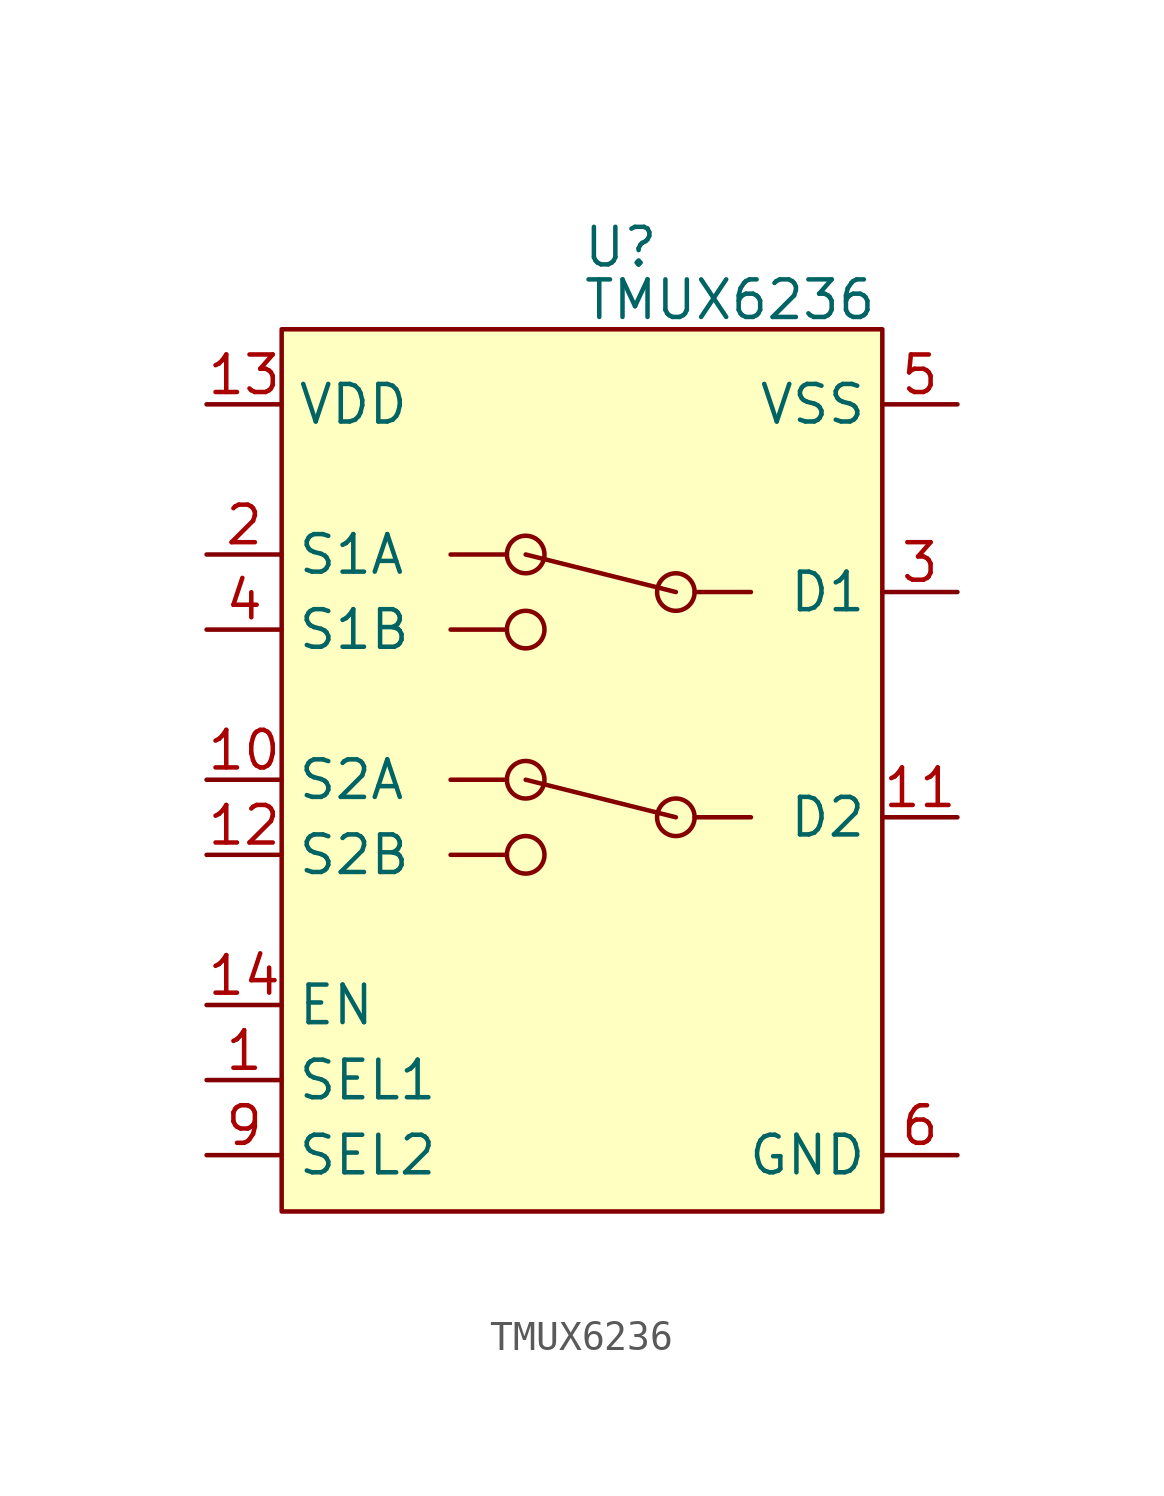
<source format=kicad_sym>
(kicad_symbol_lib
  (version 20231120)
  (generator "kicad_symbol_editor")
  (generator_version "8.0")
  (symbol "TMUX6236"
    (property "Reference" "U"
      (at 0 2.032 0)
      (effects (font (size 1.27 1.27)) (justify left bottom)))
    (property "Value" "TMUX6236"
      (at 0 0.254 0)
      (effects (font (size 1.27 1.27)) (justify left bottom)))
    (symbol "TMUX6236_1_1"
      (rectangle (start -10.16 0) (end 10.16 -29.845) (stroke (width 0) (type default)) (fill (type background)))
      (circle (center -1.905 -17.78) (radius 0.635) (stroke (width 0) (type default)) (fill (type none)))
      (circle (center -1.905 -15.24) (radius 0.635) (stroke (width 0) (type default)) (fill (type none)))
      (circle (center -1.905 -10.16) (radius 0.635) (stroke (width 0) (type default)) (fill (type none)))
      (circle (center -1.905 -7.62) (radius 0.635) (stroke (width 0) (type default)) (fill (type none)))
      (polyline (pts (xy -4.445 -17.78) (xy -2.54 -17.78)) (stroke (width 0) (type default)) (fill (type none)))
      (polyline (pts (xy -4.445 -15.24) (xy -2.54 -15.24)) (stroke (width 0) (type default)) (fill (type none)))
      (polyline (pts (xy -4.445 -10.16) (xy -2.54 -10.16)) (stroke (width 0) (type default)) (fill (type none)))
      (polyline (pts (xy -4.445 -7.62) (xy -2.54 -7.62)) (stroke (width 0) (type default)) (fill (type none)))
      (polyline (pts (xy 3.175 -16.51) (xy -1.905 -15.24)) (stroke (width 0) (type default)) (fill (type none)))
      (polyline (pts (xy 3.175 -8.89) (xy -1.905 -7.62)) (stroke (width 0) (type default)) (fill (type none)))
      (polyline (pts (xy 5.715 -16.51) (xy 3.81 -16.51)) (stroke (width 0) (type default)) (fill (type none)))
      (polyline (pts (xy 5.715 -8.89) (xy 3.81 -8.89)) (stroke (width 0) (type default)) (fill (type none)))
      (circle (center 3.175 -16.51) (radius 0.635) (stroke (width 0) (type default)) (fill (type none)))
      (circle (center 3.175 -8.89) (radius 0.635) (stroke (width 0) (type default)) (fill (type none)))
      (pin input line (at -12.7 -25.4 0) (length 2.54) (name "SEL1" (effects (font (size 1.27 1.27)))) (number "1" (effects (font (size 1.27 1.27)))))
      (pin input line (at -12.7 -15.24 0) (length 2.54) (name "S2A" (effects (font (size 1.27 1.27)))) (number "10" (effects (font (size 1.27 1.27)))))
      (pin input line (at 12.7 -16.51 180) (length 2.54) (name "D2" (effects (font (size 1.27 1.27)))) (number "11" (effects (font (size 1.27 1.27)))))
      (pin input line (at -12.7 -17.78 0) (length 2.54) (name "S2B" (effects (font (size 1.27 1.27)))) (number "12" (effects (font (size 1.27 1.27)))))
      (pin input line (at -12.7 -2.54 0) (length 2.54) (name "VDD" (effects (font (size 1.27 1.27)))) (number "13" (effects (font (size 1.27 1.27)))))
      (pin input line (at -12.7 -22.86 0) (length 2.54) (name "EN" (effects (font (size 1.27 1.27)))) (number "14" (effects (font (size 1.27 1.27)))))
      (pin input line (at -12.7 -7.62 0) (length 2.54) (name "S1A" (effects (font (size 1.27 1.27)))) (number "2" (effects (font (size 1.27 1.27)))))
      (pin input line (at 12.7 -8.89 180) (length 2.54) (name "D1" (effects (font (size 1.27 1.27)))) (number "3" (effects (font (size 1.27 1.27)))))
      (pin input line (at -12.7 -10.16 0) (length 2.54) (name "S1B" (effects (font (size 1.27 1.27)))) (number "4" (effects (font (size 1.27 1.27)))))
      (pin input line (at 12.7 -2.54 180) (length 2.54) (name "VSS" (effects (font (size 1.27 1.27)))) (number "5" (effects (font (size 1.27 1.27)))))
      (pin input line (at 12.7 -27.94 180) (length 2.54) (name "GND" (effects (font (size 1.27 1.27)))) (number "6" (effects (font (size 1.27 1.27)))))
      (pin input line (at -12.7 -27.94 0) (length 2.54) (name "SEL2" (effects (font (size 1.27 1.27)))) (number "9" (effects (font (size 1.27 1.27))))))))
</source>
